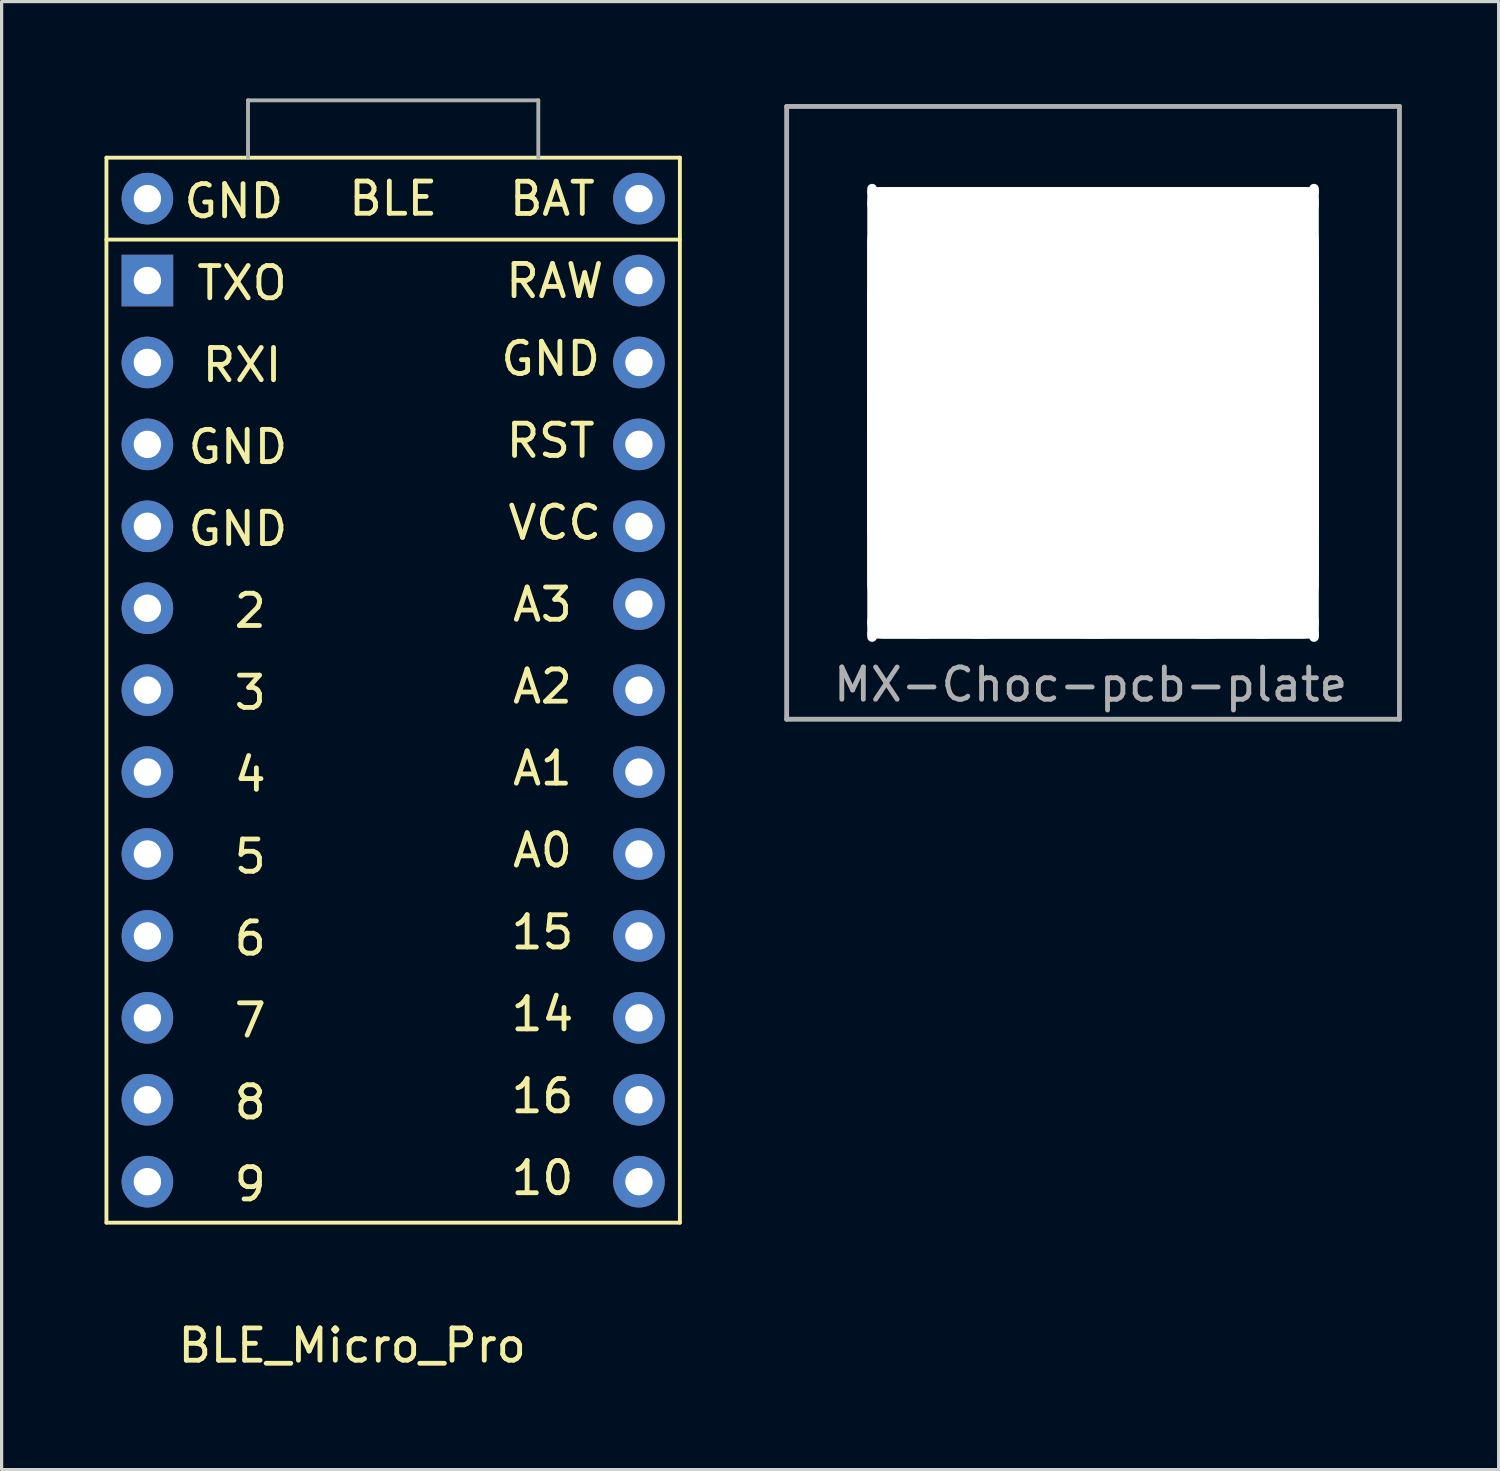
<source format=kicad_pcb>
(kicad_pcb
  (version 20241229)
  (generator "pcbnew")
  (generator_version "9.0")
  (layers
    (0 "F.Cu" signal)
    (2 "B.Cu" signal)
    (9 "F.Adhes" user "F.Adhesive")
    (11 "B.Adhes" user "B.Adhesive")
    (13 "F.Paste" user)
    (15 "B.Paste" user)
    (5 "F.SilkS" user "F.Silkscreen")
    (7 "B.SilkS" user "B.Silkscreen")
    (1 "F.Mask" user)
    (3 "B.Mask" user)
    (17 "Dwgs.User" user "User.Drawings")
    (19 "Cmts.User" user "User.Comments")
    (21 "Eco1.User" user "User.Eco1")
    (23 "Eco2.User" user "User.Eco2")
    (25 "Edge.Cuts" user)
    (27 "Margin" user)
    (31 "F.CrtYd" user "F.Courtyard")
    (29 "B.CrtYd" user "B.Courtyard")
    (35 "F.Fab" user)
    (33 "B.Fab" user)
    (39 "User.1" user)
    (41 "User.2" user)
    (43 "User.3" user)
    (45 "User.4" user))
  (footprint "MX-Choc-pcb-plate"
    (layer "F.Cu")
    (at 21.34 0.25)
    (property "Reference" "MX-Choc-pcb-plate" (at 9.425 17.925 0) (layer "F.Fab") (effects (font (size 1 1) (thickness 0.15))))
    (attr through_hole)
    (fp_line (start 0 0) (end 19 0) (stroke (width 0.15) (type solid)) (layer "F.Fab"))
    (fp_line (start 0 19) (end 0 0) (stroke (width 0.15) (type solid)) (layer "F.Fab"))
    (fp_line (start 19 0) (end 19 19) (stroke (width 0.15) (type solid)) (layer "F.Fab"))
    (fp_line (start 19 19) (end 0 19) (stroke (width 0.15) (type solid)) (layer "F.Fab"))
    (pad "" np_thru_hole oval (at 2.65 9.5) (size 0.3 14.2) (drill oval 0.3 14.2) (layers "*.Cu" "*.Mask"))
    (pad "" np_thru_hole oval (at 4.25 9.5) (size 3.5 14) (drill oval 3.5 14) (layers "*.Cu" "*.Mask"))
    (pad "" np_thru_hole oval (at 6 9.5) (size 7 14) (drill oval 7 14) (layers "*.Cu" "*.Mask"))
    (pad "" np_thru_hole oval (at 9.5 2.65) (size 14 0.3) (drill oval 14 0.3) (layers "*.Cu" "*.Mask"))
    (pad "" np_thru_hole oval (at 9.5 3) (size 14 1) (drill oval 14 1) (layers "*.Cu" "*.Mask"))
    (pad "" np_thru_hole circle (at 9.5 9.5) (size 14 14) (drill 14) (layers "*.Cu" "*.Mask"))
    (pad "" np_thru_hole oval (at 9.5 16) (size 14 1) (drill oval 14 1) (layers "*.Cu" "*.Mask"))
    (pad "" np_thru_hole oval (at 9.5 16.35) (size 14 0.3) (drill oval 14 0.3) (layers "*.Cu" "*.Mask"))
    (pad "" np_thru_hole oval (at 13 9.5) (size 7 14) (drill oval 7 14) (layers "*.Cu" "*.Mask"))
    (pad "" np_thru_hole oval (at 14.75 9.5) (size 3.5 14) (drill oval 3.5 14) (layers "*.Cu" "*.Mask"))
    (pad "" np_thru_hole oval (at 16.35 9.5) (size 0.3 14.2) (drill oval 0.3 14.2) (layers "*.Cu" "*.Mask")))
  (footprint "BLE_Micro_Pro"
    (layer "F.Cu")
    (at 0.25 1.838)
    (property "Reference" "BLE_Micro_Pro" (at 7.62 36.83 0) (layer "F.SilkS") (effects (font (size 1 1) (thickness 0.15))))
    (attr through_hole)
    (fp_line (start 0 2.54) (end 17.78 2.54) (stroke (width 0.12) (type solid)) (layer "F.SilkS"))
    (fp_line (start 0 33.02) (end 0 0) (stroke (width 0.12) (type solid)) (layer "F.SilkS"))
    (fp_line (start 0 33.02) (end 17.78 33.02) (stroke (width 0.12) (type solid)) (layer "F.SilkS"))
    (fp_line (start 17.78 0) (end 0 0) (stroke (width 0.12) (type solid)) (layer "F.SilkS"))
    (fp_line (start 17.78 0) (end 17.78 33.02) (stroke (width 0.12) (type solid)) (layer "F.SilkS"))
    (fp_line (start 4.39 -1.778) (end 13.39 -1.778) (stroke (width 0.12) (type solid)) (layer "F.Fab"))
    (fp_line (start 4.39 0) (end 4.39 -1.778) (stroke (width 0.12) (type solid)) (layer "F.Fab"))
    (fp_line (start 13.39 0) (end 13.39 -1.778) (stroke (width 0.12) (type solid)) (layer "F.Fab"))
    (fp_text user "RST" (at 13.773 8.778 0) (layer "F.SilkS") (effects (font (size 1 1) (thickness 0.15))))
    (fp_text user "14" (at 13.519 26.558 0) (layer "F.SilkS") (effects (font (size 1 1) (thickness 0.15))))
    (fp_text user "A2" (at 13.519 16.398 0) (layer "F.SilkS") (effects (font (size 1 1) (thickness 0.15))))
    (fp_text user "15" (at 13.519 24.018 0) (layer "F.SilkS") (effects (font (size 1 1) (thickness 0.15))))
    (fp_text user "9" (at 4.458 31.83 0) (layer "F.SilkS") (effects (font (size 1 1) (thickness 0.15))))
    (fp_text user "BLE" (at 8.89 1.27 0) (unlocked yes) (layer "F.SilkS") (effects (font (size 1 1) (thickness 0.15))))
    (fp_text user "8" (at 4.458 29.29 0) (layer "F.SilkS") (effects (font (size 1 1) (thickness 0.15))))
    (fp_text user "A1" (at 13.519 18.938 0) (layer "F.SilkS") (effects (font (size 1 1) (thickness 0.15))))
    (fp_text user "A0" (at 13.519 21.478 0) (layer "F.SilkS") (effects (font (size 1 1) (thickness 0.15))))
    (fp_text user "6" (at 4.458 24.21 0) (layer "F.SilkS") (effects (font (size 1 1) (thickness 0.15))))
    (fp_text user "10" (at 13.519 31.638 0) (layer "F.SilkS") (effects (font (size 1 1) (thickness 0.15))))
    (fp_text user "BAT" (at 13.825 1.275 0) (layer "F.SilkS") (effects (font (size 1 1) (thickness 0.15))))
    (fp_text user "RAW" (at 13.9 3.825 0) (layer "F.SilkS") (effects (font (size 1 1) (thickness 0.15))))
    (fp_text user "7" (at 4.458 26.75 0) (layer "F.SilkS") (effects (font (size 1 1) (thickness 0.15))))
    (fp_text user "4" (at 4.458 19.13 0) (layer "F.SilkS") (effects (font (size 1 1) (thickness 0.15))))
    (fp_text user "VCC" (at 13.9 11.318 0) (layer "F.SilkS") (effects (font (size 1 1) (thickness 0.15))))
    (fp_text user "A3" (at 13.519 13.858 0) (layer "F.SilkS") (effects (font (size 1 1) (thickness 0.15))))
    (fp_text user "TXO" (at 4.204 3.89 0) (layer "F.SilkS") (effects (font (size 1 1) (thickness 0.15))))
    (fp_text user "3" (at 4.458 16.59 0) (layer "F.SilkS") (effects (font (size 1 1) (thickness 0.15))))
    (fp_text user "GND" (at 4.077 8.97 0) (layer "F.SilkS") (effects (font (size 1 1) (thickness 0.15))))
    (fp_text user "2" (at 4.458 14.05 0) (layer "F.SilkS") (effects (font (size 1 1) (thickness 0.15))))
    (fp_text user "16" (at 13.519 29.098 0) (layer "F.SilkS") (effects (font (size 1 1) (thickness 0.15))))
    (fp_text user "GND" (at 13.773 6.238 0) (layer "F.SilkS") (effects (font (size 1 1) (thickness 0.15))))
    (fp_text user "5" (at 4.458 21.67 0) (layer "F.SilkS") (effects (font (size 1 1) (thickness 0.15))))
    (fp_text user "GND" (at 3.95 1.35 0) (layer "F.SilkS") (effects (font (size 1 1) (thickness 0.15))))
    (fp_text user "RXI" (at 4.204 6.43 0) (layer "F.SilkS") (effects (font (size 1 1) (thickness 0.15))))
    (fp_text user "GND" (at 4.077 11.51 0) (layer "F.SilkS") (effects (font (size 1 1) (thickness 0.15))))
    (pad "0" thru_hole circle (at 1.27 1.27) (size 1.6 1.6) (drill 0.85) (layers "*.Cu" "*.Mask"))
    (pad "1" thru_hole rect (at 1.27 3.81) (size 1.6 1.6) (drill 0.85) (layers "*.Cu" "*.Mask"))
    (pad "2" thru_hole circle (at 1.27 6.35) (size 1.6 1.6) (drill 0.85) (layers "*.Cu" "*.Mask"))
    (pad "3" thru_hole circle (at 1.27 8.89) (size 1.6 1.6) (drill 0.85) (layers "*.Cu" "*.Mask"))
    (pad "4" thru_hole circle (at 1.27 11.43) (size 1.6 1.6) (drill 0.85) (layers "*.Cu" "*.Mask"))
    (pad "5" thru_hole circle (at 1.27 13.97) (size 1.6 1.6) (drill 0.85) (layers "*.Cu" "*.Mask"))
    (pad "6" thru_hole circle (at 1.27 16.51) (size 1.6 1.6) (drill 0.85) (layers "*.Cu" "*.Mask"))
    (pad "7" thru_hole circle (at 1.27 19.05) (size 1.6 1.6) (drill 0.85) (layers "*.Cu" "*.Mask"))
    (pad "8" thru_hole circle (at 1.27 21.59) (size 1.6 1.6) (drill 0.85) (layers "*.Cu" "*.Mask"))
    (pad "9" thru_hole circle (at 1.27 24.13) (size 1.6 1.6) (drill 0.85) (layers "*.Cu" "*.Mask"))
    (pad "10" thru_hole circle (at 1.27 26.67) (size 1.6 1.6) (drill 0.85) (layers "*.Cu" "*.Mask"))
    (pad "11" thru_hole circle (at 1.27 29.21) (size 1.6 1.6) (drill 0.85) (layers "*.Cu" "*.Mask"))
    (pad "12" thru_hole circle (at 1.27 31.75) (size 1.6 1.6) (drill 0.85) (layers "*.Cu" "*.Mask"))
    (pad "13" thru_hole circle (at 16.51 31.75) (size 1.6 1.6) (drill 0.85) (layers "*.Cu" "*.Mask"))
    (pad "14" thru_hole circle (at 16.51 29.21) (size 1.6 1.6) (drill 0.85) (layers "*.Cu" "*.Mask"))
    (pad "15" thru_hole circle (at 16.51 26.67) (size 1.6 1.6) (drill 0.85) (layers "*.Cu" "*.Mask"))
    (pad "16" thru_hole circle (at 16.51 24.13) (size 1.6 1.6) (drill 0.85) (layers "*.Cu" "*.Mask"))
    (pad "17" thru_hole circle (at 16.51 21.59) (size 1.6 1.6) (drill 0.85) (layers "*.Cu" "*.Mask"))
    (pad "18" thru_hole circle (at 16.51 19.05) (size 1.6 1.6) (drill 0.85) (layers "*.Cu" "*.Mask"))
    (pad "19" thru_hole circle (at 16.51 16.51) (size 1.6 1.6) (drill 0.85) (layers "*.Cu" "*.Mask"))
    (pad "20" thru_hole circle (at 16.51 13.843) (size 1.6 1.6) (drill 0.85) (layers "*.Cu" "*.Mask"))
    (pad "21" thru_hole circle (at 16.51 11.43) (size 1.6 1.6) (drill 0.85) (layers "*.Cu" "*.Mask"))
    (pad "22" thru_hole circle (at 16.51 8.89) (size 1.6 1.6) (drill 0.85) (layers "*.Cu" "*.Mask"))
    (pad "23" thru_hole circle (at 16.51 6.35) (size 1.6 1.6) (drill 0.85) (layers "*.Cu" "*.Mask"))
    (pad "24" thru_hole circle (at 16.51 3.81) (size 1.6 1.6) (drill 0.85) (layers "*.Cu" "*.Mask"))
    (pad "25" thru_hole circle (at 16.51 1.27) (size 1.6 1.6) (drill 0.85) (layers "*.Cu" "*.Mask")))
  (gr_rect
    (start -3 -3)
    (end 43.415 42.516)
    (stroke (width 0.1) (type default))
    (fill no)
    (layer "Edge.Cuts")))
</source>
